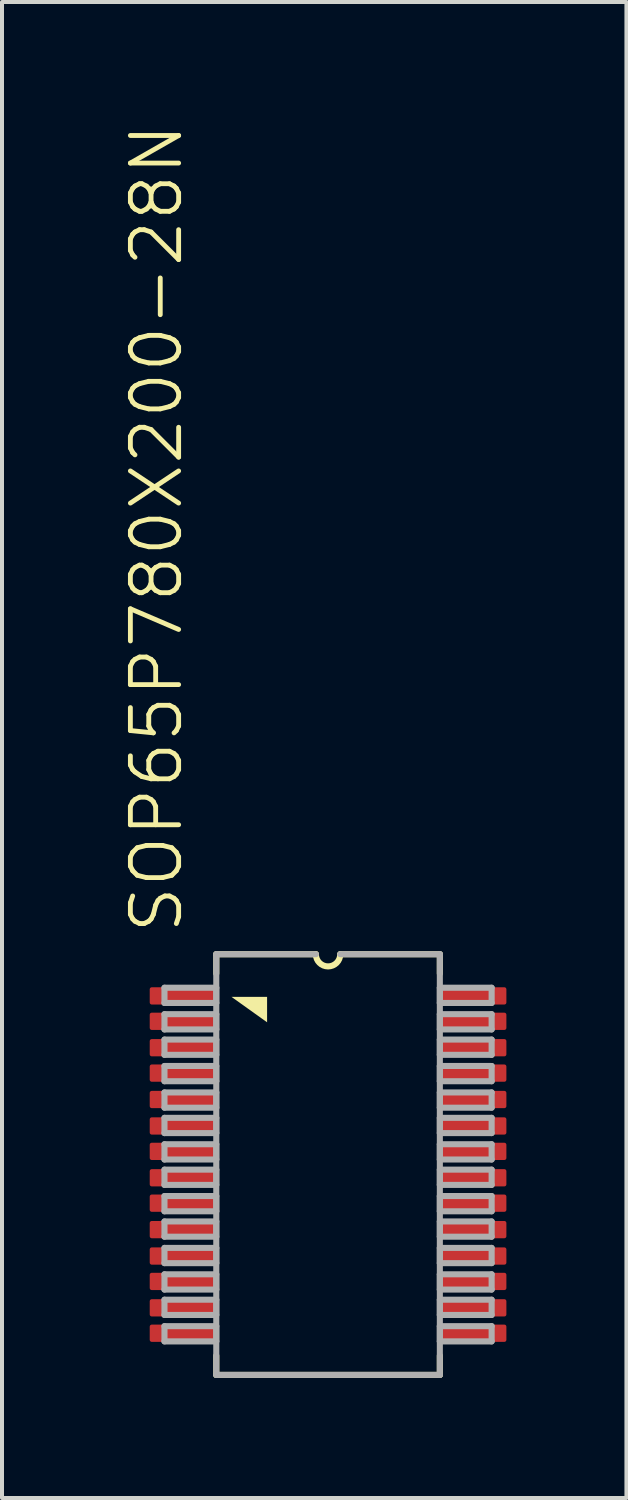
<source format=kicad_pcb>
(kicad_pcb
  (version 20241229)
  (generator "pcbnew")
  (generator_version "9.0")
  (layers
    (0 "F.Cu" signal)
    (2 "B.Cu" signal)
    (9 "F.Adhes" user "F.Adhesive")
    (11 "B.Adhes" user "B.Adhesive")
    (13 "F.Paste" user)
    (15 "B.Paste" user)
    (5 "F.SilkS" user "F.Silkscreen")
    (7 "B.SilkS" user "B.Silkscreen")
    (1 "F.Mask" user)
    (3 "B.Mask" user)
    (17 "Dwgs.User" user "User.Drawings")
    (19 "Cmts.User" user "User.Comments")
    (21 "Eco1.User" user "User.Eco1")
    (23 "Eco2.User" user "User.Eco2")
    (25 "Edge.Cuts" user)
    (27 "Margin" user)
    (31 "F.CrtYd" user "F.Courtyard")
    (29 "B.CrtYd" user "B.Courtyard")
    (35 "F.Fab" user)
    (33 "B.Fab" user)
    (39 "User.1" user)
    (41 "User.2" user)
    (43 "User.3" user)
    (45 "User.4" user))
  (footprint "SOP65P780X200-28N"
    (layer "F.Cu")
    (at 5.15 26.059)
    (property "Reference" "SOP65P780X200-28N" (at -3.581 -5.715 270) (layer "F.SilkS") (effects (font (size 1.206 1.206) (thickness 0.121)) (justify left bottom)))
    (attr through_hole)
    (fp_line (start -2.794 -5.258) (end -2.794 -4.775) (stroke (width 0.152) (type solid)) (layer "F.SilkS"))
    (fp_line (start -2.794 4.775) (end -2.794 5.258) (stroke (width 0.152) (type solid)) (layer "F.SilkS"))
    (fp_line (start -2.794 5.258) (end 2.794 5.258) (stroke (width 0.152) (type solid)) (layer "F.SilkS"))
    (fp_line (start -0.305 -5.258) (end -2.794 -5.258) (stroke (width 0.152) (type solid)) (layer "F.SilkS"))
    (fp_line (start 2.794 -5.258) (end 0.305 -5.258) (stroke (width 0.152) (type solid)) (layer "F.SilkS"))
    (fp_line (start 2.794 -4.775) (end 2.794 -5.258) (stroke (width 0.152) (type solid)) (layer "F.SilkS"))
    (fp_line (start 2.794 5.258) (end 2.794 4.775) (stroke (width 0.152) (type solid)) (layer "F.SilkS"))
    (fp_arc (start 0.3048 -5.2578) (mid 0 -4.953) (end -0.3048 -5.2578) (stroke (width 0.1) (type solid)) (layer "F.SilkS"))
    (fp_arc (start 0.3048 -5.2578) (mid 0 -4.953) (end -0.3048 -5.2578) (stroke (width 0.1524) (type solid)) (layer "F.SilkS"))
    (fp_poly (pts (xy -2.413 -4.191) (xy -1.524 -4.191) (xy -1.524 -3.556)) (stroke (width 0) (type solid)) (fill yes) (layer "F.SilkS"))
    (fp_line (start -4.089 -4.42) (end -4.089 -4.039) (stroke (width 0.152) (type solid)) (layer "F.Fab"))
    (fp_line (start -4.089 -4.039) (end -2.794 -4.039) (stroke (width 0.152) (type solid)) (layer "F.Fab"))
    (fp_line (start -4.089 -3.759) (end -4.089 -3.378) (stroke (width 0.152) (type solid)) (layer "F.Fab"))
    (fp_line (start -4.089 -3.378) (end -2.794 -3.378) (stroke (width 0.152) (type solid)) (layer "F.Fab"))
    (fp_line (start -4.089 -3.124) (end -4.089 -2.743) (stroke (width 0.152) (type solid)) (layer "F.Fab"))
    (fp_line (start -4.089 -2.743) (end -2.794 -2.743) (stroke (width 0.152) (type solid)) (layer "F.Fab"))
    (fp_line (start -4.089 -2.464) (end -4.089 -2.083) (stroke (width 0.152) (type solid)) (layer "F.Fab"))
    (fp_line (start -4.089 -2.083) (end -2.794 -2.083) (stroke (width 0.152) (type solid)) (layer "F.Fab"))
    (fp_line (start -4.089 -1.803) (end -4.089 -1.422) (stroke (width 0.152) (type solid)) (layer "F.Fab"))
    (fp_line (start -4.089 -1.422) (end -2.794 -1.422) (stroke (width 0.152) (type solid)) (layer "F.Fab"))
    (fp_line (start -4.089 -1.168) (end -4.089 -0.787) (stroke (width 0.152) (type solid)) (layer "F.Fab"))
    (fp_line (start -4.089 -0.787) (end -2.794 -0.787) (stroke (width 0.152) (type solid)) (layer "F.Fab"))
    (fp_line (start -4.089 -0.508) (end -4.089 -0.127) (stroke (width 0.152) (type solid)) (layer "F.Fab"))
    (fp_line (start -4.089 -0.127) (end -2.794 -0.127) (stroke (width 0.152) (type solid)) (layer "F.Fab"))
    (fp_line (start -4.089 0.127) (end -4.089 0.508) (stroke (width 0.152) (type solid)) (layer "F.Fab"))
    (fp_line (start -4.089 0.508) (end -2.794 0.508) (stroke (width 0.152) (type solid)) (layer "F.Fab"))
    (fp_line (start -4.089 0.787) (end -4.089 1.168) (stroke (width 0.152) (type solid)) (layer "F.Fab"))
    (fp_line (start -4.089 1.168) (end -2.794 1.168) (stroke (width 0.152) (type solid)) (layer "F.Fab"))
    (fp_line (start -4.089 1.422) (end -4.089 1.803) (stroke (width 0.152) (type solid)) (layer "F.Fab"))
    (fp_line (start -4.089 1.803) (end -2.794 1.803) (stroke (width 0.152) (type solid)) (layer "F.Fab"))
    (fp_line (start -4.089 2.083) (end -4.089 2.464) (stroke (width 0.152) (type solid)) (layer "F.Fab"))
    (fp_line (start -4.089 2.464) (end -2.794 2.464) (stroke (width 0.152) (type solid)) (layer "F.Fab"))
    (fp_line (start -4.089 2.743) (end -4.089 3.124) (stroke (width 0.152) (type solid)) (layer "F.Fab"))
    (fp_line (start -4.089 3.124) (end -2.794 3.124) (stroke (width 0.152) (type solid)) (layer "F.Fab"))
    (fp_line (start -4.089 3.378) (end -4.089 3.759) (stroke (width 0.152) (type solid)) (layer "F.Fab"))
    (fp_line (start -4.089 3.759) (end -2.794 3.759) (stroke (width 0.152) (type solid)) (layer "F.Fab"))
    (fp_line (start -4.089 4.039) (end -4.089 4.42) (stroke (width 0.152) (type solid)) (layer "F.Fab"))
    (fp_line (start -4.089 4.42) (end -2.794 4.42) (stroke (width 0.152) (type solid)) (layer "F.Fab"))
    (fp_line (start -2.794 -5.258) (end -2.794 5.258) (stroke (width 0.152) (type solid)) (layer "F.Fab"))
    (fp_line (start -2.794 -4.42) (end -4.089 -4.42) (stroke (width 0.152) (type solid)) (layer "F.Fab"))
    (fp_line (start -2.794 -4.039) (end -2.794 -4.42) (stroke (width 0.152) (type solid)) (layer "F.Fab"))
    (fp_line (start -2.794 -3.759) (end -4.089 -3.759) (stroke (width 0.152) (type solid)) (layer "F.Fab"))
    (fp_line (start -2.794 -3.378) (end -2.794 -3.759) (stroke (width 0.152) (type solid)) (layer "F.Fab"))
    (fp_line (start -2.794 -3.124) (end -4.089 -3.124) (stroke (width 0.152) (type solid)) (layer "F.Fab"))
    (fp_line (start -2.794 -2.743) (end -2.794 -3.124) (stroke (width 0.152) (type solid)) (layer "F.Fab"))
    (fp_line (start -2.794 -2.464) (end -4.089 -2.464) (stroke (width 0.152) (type solid)) (layer "F.Fab"))
    (fp_line (start -2.794 -2.083) (end -2.794 -2.464) (stroke (width 0.152) (type solid)) (layer "F.Fab"))
    (fp_line (start -2.794 -1.803) (end -4.089 -1.803) (stroke (width 0.152) (type solid)) (layer "F.Fab"))
    (fp_line (start -2.794 -1.422) (end -2.794 -1.803) (stroke (width 0.152) (type solid)) (layer "F.Fab"))
    (fp_line (start -2.794 -1.168) (end -4.089 -1.168) (stroke (width 0.152) (type solid)) (layer "F.Fab"))
    (fp_line (start -2.794 -0.787) (end -2.794 -1.168) (stroke (width 0.152) (type solid)) (layer "F.Fab"))
    (fp_line (start -2.794 -0.508) (end -4.089 -0.508) (stroke (width 0.152) (type solid)) (layer "F.Fab"))
    (fp_line (start -2.794 -0.127) (end -2.794 -0.508) (stroke (width 0.152) (type solid)) (layer "F.Fab"))
    (fp_line (start -2.794 0.127) (end -4.089 0.127) (stroke (width 0.152) (type solid)) (layer "F.Fab"))
    (fp_line (start -2.794 0.508) (end -2.794 0.127) (stroke (width 0.152) (type solid)) (layer "F.Fab"))
    (fp_line (start -2.794 0.787) (end -4.089 0.787) (stroke (width 0.152) (type solid)) (layer "F.Fab"))
    (fp_line (start -2.794 1.168) (end -2.794 0.787) (stroke (width 0.152) (type solid)) (layer "F.Fab"))
    (fp_line (start -2.794 1.422) (end -4.089 1.422) (stroke (width 0.152) (type solid)) (layer "F.Fab"))
    (fp_line (start -2.794 1.803) (end -2.794 1.422) (stroke (width 0.152) (type solid)) (layer "F.Fab"))
    (fp_line (start -2.794 2.083) (end -4.089 2.083) (stroke (width 0.152) (type solid)) (layer "F.Fab"))
    (fp_line (start -2.794 2.464) (end -2.794 2.083) (stroke (width 0.152) (type solid)) (layer "F.Fab"))
    (fp_line (start -2.794 2.743) (end -4.089 2.743) (stroke (width 0.152) (type solid)) (layer "F.Fab"))
    (fp_line (start -2.794 3.124) (end -2.794 2.743) (stroke (width 0.152) (type solid)) (layer "F.Fab"))
    (fp_line (start -2.794 3.378) (end -4.089 3.378) (stroke (width 0.152) (type solid)) (layer "F.Fab"))
    (fp_line (start -2.794 3.759) (end -2.794 3.378) (stroke (width 0.152) (type solid)) (layer "F.Fab"))
    (fp_line (start -2.794 4.039) (end -4.089 4.039) (stroke (width 0.152) (type solid)) (layer "F.Fab"))
    (fp_line (start -2.794 4.42) (end -2.794 4.039) (stroke (width 0.152) (type solid)) (layer "F.Fab"))
    (fp_line (start -2.794 5.258) (end 2.794 5.258) (stroke (width 0.152) (type solid)) (layer "F.Fab"))
    (fp_line (start -0.305 -5.258) (end -2.794 -5.258) (stroke (width 0.152) (type solid)) (layer "F.Fab"))
    (fp_line (start 2.794 -5.258) (end 0.305 -5.258) (stroke (width 0.152) (type solid)) (layer "F.Fab"))
    (fp_line (start 2.794 -4.42) (end 2.794 -4.039) (stroke (width 0.152) (type solid)) (layer "F.Fab"))
    (fp_line (start 2.794 -4.039) (end 4.089 -4.039) (stroke (width 0.152) (type solid)) (layer "F.Fab"))
    (fp_line (start 2.794 -3.759) (end 2.794 -3.378) (stroke (width 0.152) (type solid)) (layer "F.Fab"))
    (fp_line (start 2.794 -3.378) (end 4.089 -3.378) (stroke (width 0.152) (type solid)) (layer "F.Fab"))
    (fp_line (start 2.794 -3.124) (end 2.794 -2.743) (stroke (width 0.152) (type solid)) (layer "F.Fab"))
    (fp_line (start 2.794 -2.743) (end 4.089 -2.743) (stroke (width 0.152) (type solid)) (layer "F.Fab"))
    (fp_line (start 2.794 -2.464) (end 2.794 -2.083) (stroke (width 0.152) (type solid)) (layer "F.Fab"))
    (fp_line (start 2.794 -2.083) (end 4.089 -2.083) (stroke (width 0.152) (type solid)) (layer "F.Fab"))
    (fp_line (start 2.794 -1.803) (end 2.794 -1.422) (stroke (width 0.152) (type solid)) (layer "F.Fab"))
    (fp_line (start 2.794 -1.422) (end 4.089 -1.422) (stroke (width 0.152) (type solid)) (layer "F.Fab"))
    (fp_line (start 2.794 -1.168) (end 2.794 -0.787) (stroke (width 0.152) (type solid)) (layer "F.Fab"))
    (fp_line (start 2.794 -0.787) (end 4.089 -0.787) (stroke (width 0.152) (type solid)) (layer "F.Fab"))
    (fp_line (start 2.794 -0.508) (end 2.794 -0.127) (stroke (width 0.152) (type solid)) (layer "F.Fab"))
    (fp_line (start 2.794 -0.127) (end 4.089 -0.127) (stroke (width 0.152) (type solid)) (layer "F.Fab"))
    (fp_line (start 2.794 0.127) (end 2.794 0.508) (stroke (width 0.152) (type solid)) (layer "F.Fab"))
    (fp_line (start 2.794 0.508) (end 4.089 0.508) (stroke (width 0.152) (type solid)) (layer "F.Fab"))
    (fp_line (start 2.794 0.787) (end 2.794 1.168) (stroke (width 0.152) (type solid)) (layer "F.Fab"))
    (fp_line (start 2.794 1.168) (end 4.089 1.168) (stroke (width 0.152) (type solid)) (layer "F.Fab"))
    (fp_line (start 2.794 1.422) (end 2.794 1.803) (stroke (width 0.152) (type solid)) (layer "F.Fab"))
    (fp_line (start 2.794 1.803) (end 4.089 1.803) (stroke (width 0.152) (type solid)) (layer "F.Fab"))
    (fp_line (start 2.794 2.083) (end 2.794 2.464) (stroke (width 0.152) (type solid)) (layer "F.Fab"))
    (fp_line (start 2.794 2.464) (end 4.089 2.464) (stroke (width 0.152) (type solid)) (layer "F.Fab"))
    (fp_line (start 2.794 2.743) (end 2.794 3.124) (stroke (width 0.152) (type solid)) (layer "F.Fab"))
    (fp_line (start 2.794 3.124) (end 4.089 3.124) (stroke (width 0.152) (type solid)) (layer "F.Fab"))
    (fp_line (start 2.794 3.378) (end 2.794 3.759) (stroke (width 0.152) (type solid)) (layer "F.Fab"))
    (fp_line (start 2.794 3.759) (end 4.089 3.759) (stroke (width 0.152) (type solid)) (layer "F.Fab"))
    (fp_line (start 2.794 4.039) (end 2.794 4.42) (stroke (width 0.152) (type solid)) (layer "F.Fab"))
    (fp_line (start 2.794 4.42) (end 4.089 4.42) (stroke (width 0.152) (type solid)) (layer "F.Fab"))
    (fp_line (start 2.794 5.258) (end 2.794 -5.258) (stroke (width 0.152) (type solid)) (layer "F.Fab"))
    (fp_line (start 4.089 -4.42) (end 2.794 -4.42) (stroke (width 0.152) (type solid)) (layer "F.Fab"))
    (fp_line (start 4.089 -4.039) (end 4.089 -4.42) (stroke (width 0.152) (type solid)) (layer "F.Fab"))
    (fp_line (start 4.089 -3.759) (end 2.794 -3.759) (stroke (width 0.152) (type solid)) (layer "F.Fab"))
    (fp_line (start 4.089 -3.378) (end 4.089 -3.759) (stroke (width 0.152) (type solid)) (layer "F.Fab"))
    (fp_line (start 4.089 -3.124) (end 2.794 -3.124) (stroke (width 0.152) (type solid)) (layer "F.Fab"))
    (fp_line (start 4.089 -2.743) (end 4.089 -3.124) (stroke (width 0.152) (type solid)) (layer "F.Fab"))
    (fp_line (start 4.089 -2.464) (end 2.794 -2.464) (stroke (width 0.152) (type solid)) (layer "F.Fab"))
    (fp_line (start 4.089 -2.083) (end 4.089 -2.464) (stroke (width 0.152) (type solid)) (layer "F.Fab"))
    (fp_line (start 4.089 -1.803) (end 2.794 -1.803) (stroke (width 0.152) (type solid)) (layer "F.Fab"))
    (fp_line (start 4.089 -1.422) (end 4.089 -1.803) (stroke (width 0.152) (type solid)) (layer "F.Fab"))
    (fp_line (start 4.089 -1.168) (end 2.794 -1.168) (stroke (width 0.152) (type solid)) (layer "F.Fab"))
    (fp_line (start 4.089 -0.787) (end 4.089 -1.168) (stroke (width 0.152) (type solid)) (layer "F.Fab"))
    (fp_line (start 4.089 -0.508) (end 2.794 -0.508) (stroke (width 0.152) (type solid)) (layer "F.Fab"))
    (fp_line (start 4.089 -0.127) (end 4.089 -0.508) (stroke (width 0.152) (type solid)) (layer "F.Fab"))
    (fp_line (start 4.089 0.127) (end 2.794 0.127) (stroke (width 0.152) (type solid)) (layer "F.Fab"))
    (fp_line (start 4.089 0.508) (end 4.089 0.127) (stroke (width 0.152) (type solid)) (layer "F.Fab"))
    (fp_line (start 4.089 0.787) (end 2.794 0.787) (stroke (width 0.152) (type solid)) (layer "F.Fab"))
    (fp_line (start 4.089 1.168) (end 4.089 0.787) (stroke (width 0.152) (type solid)) (layer "F.Fab"))
    (fp_line (start 4.089 1.422) (end 2.794 1.422) (stroke (width 0.152) (type solid)) (layer "F.Fab"))
    (fp_line (start 4.089 1.803) (end 4.089 1.422) (stroke (width 0.152) (type solid)) (layer "F.Fab"))
    (fp_line (start 4.089 2.083) (end 2.794 2.083) (stroke (width 0.152) (type solid)) (layer "F.Fab"))
    (fp_line (start 4.089 2.464) (end 4.089 2.083) (stroke (width 0.152) (type solid)) (layer "F.Fab"))
    (fp_line (start 4.089 2.743) (end 2.794 2.743) (stroke (width 0.152) (type solid)) (layer "F.Fab"))
    (fp_line (start 4.089 3.124) (end 4.089 2.743) (stroke (width 0.152) (type solid)) (layer "F.Fab"))
    (fp_line (start 4.089 3.378) (end 2.794 3.378) (stroke (width 0.152) (type solid)) (layer "F.Fab"))
    (fp_line (start 4.089 3.759) (end 4.089 3.378) (stroke (width 0.152) (type solid)) (layer "F.Fab"))
    (fp_line (start 4.089 4.039) (end 2.794 4.039) (stroke (width 0.152) (type solid)) (layer "F.Fab"))
    (fp_line (start 4.089 4.42) (end 4.089 4.039) (stroke (width 0.152) (type solid)) (layer "F.Fab"))
    (pad "1" smd roundrect (at -3.632 -4.216) (size 1.651 0.432) (layers "F.Cu" "F.Mask" "F.Paste") (roundrect_rratio 0.118))
    (pad "2" smd roundrect (at -3.632 -3.581) (size 1.651 0.432) (layers "F.Cu" "F.Mask" "F.Paste") (roundrect_rratio 0.118))
    (pad "3" smd roundrect (at -3.632 -2.921) (size 1.651 0.432) (layers "F.Cu" "F.Mask" "F.Paste") (roundrect_rratio 0.118))
    (pad "4" smd roundrect (at -3.632 -2.286) (size 1.651 0.432) (layers "F.Cu" "F.Mask" "F.Paste") (roundrect_rratio 0.118))
    (pad "5" smd roundrect (at -3.632 -1.626) (size 1.651 0.432) (layers "F.Cu" "F.Mask" "F.Paste") (roundrect_rratio 0.118))
    (pad "6" smd roundrect (at -3.632 -0.965) (size 1.651 0.432) (layers "F.Cu" "F.Mask" "F.Paste") (roundrect_rratio 0.118))
    (pad "7" smd roundrect (at -3.632 -0.33) (size 1.651 0.432) (layers "F.Cu" "F.Mask" "F.Paste") (roundrect_rratio 0.118))
    (pad "8" smd roundrect (at -3.632 0.33) (size 1.651 0.432) (layers "F.Cu" "F.Mask" "F.Paste") (roundrect_rratio 0.118))
    (pad "9" smd roundrect (at -3.632 0.965) (size 1.651 0.432) (layers "F.Cu" "F.Mask" "F.Paste") (roundrect_rratio 0.118))
    (pad "10" smd roundrect (at -3.632 1.626) (size 1.651 0.432) (layers "F.Cu" "F.Mask" "F.Paste") (roundrect_rratio 0.118))
    (pad "11" smd roundrect (at -3.632 2.286) (size 1.651 0.432) (layers "F.Cu" "F.Mask" "F.Paste") (roundrect_rratio 0.118))
    (pad "12" smd roundrect (at -3.632 2.921) (size 1.651 0.432) (layers "F.Cu" "F.Mask" "F.Paste") (roundrect_rratio 0.118))
    (pad "13" smd roundrect (at -3.632 3.581) (size 1.651 0.432) (layers "F.Cu" "F.Mask" "F.Paste") (roundrect_rratio 0.118))
    (pad "14" smd roundrect (at -3.632 4.216) (size 1.651 0.432) (layers "F.Cu" "F.Mask" "F.Paste") (roundrect_rratio 0.118))
    (pad "15" smd roundrect (at 3.632 4.216) (size 1.651 0.432) (layers "F.Cu" "F.Mask" "F.Paste") (roundrect_rratio 0.118))
    (pad "16" smd roundrect (at 3.632 3.581) (size 1.651 0.432) (layers "F.Cu" "F.Mask" "F.Paste") (roundrect_rratio 0.118))
    (pad "17" smd roundrect (at 3.632 2.921) (size 1.651 0.432) (layers "F.Cu" "F.Mask" "F.Paste") (roundrect_rratio 0.118))
    (pad "18" smd roundrect (at 3.632 2.286) (size 1.651 0.432) (layers "F.Cu" "F.Mask" "F.Paste") (roundrect_rratio 0.118))
    (pad "19" smd roundrect (at 3.632 1.626) (size 1.651 0.432) (layers "F.Cu" "F.Mask" "F.Paste") (roundrect_rratio 0.118))
    (pad "20" smd roundrect (at 3.632 0.965) (size 1.651 0.432) (layers "F.Cu" "F.Mask" "F.Paste") (roundrect_rratio 0.118))
    (pad "21" smd roundrect (at 3.632 0.33) (size 1.651 0.432) (layers "F.Cu" "F.Mask" "F.Paste") (roundrect_rratio 0.118))
    (pad "22" smd roundrect (at 3.632 -0.33) (size 1.651 0.432) (layers "F.Cu" "F.Mask" "F.Paste") (roundrect_rratio 0.118))
    (pad "23" smd roundrect (at 3.632 -0.965) (size 1.651 0.432) (layers "F.Cu" "F.Mask" "F.Paste") (roundrect_rratio 0.118))
    (pad "24" smd roundrect (at 3.632 -1.626) (size 1.651 0.432) (layers "F.Cu" "F.Mask" "F.Paste") (roundrect_rratio 0.118))
    (pad "25" smd roundrect (at 3.632 -2.286) (size 1.651 0.432) (layers "F.Cu" "F.Mask" "F.Paste") (roundrect_rratio 0.118))
    (pad "26" smd roundrect (at 3.632 -2.921) (size 1.651 0.432) (layers "F.Cu" "F.Mask" "F.Paste") (roundrect_rratio 0.118))
    (pad "27" smd roundrect (at 3.632 -3.581) (size 1.651 0.432) (layers "F.Cu" "F.Mask" "F.Paste") (roundrect_rratio 0.118))
    (pad "28" smd roundrect (at 3.632 -4.216) (size 1.651 0.432) (layers "F.Cu" "F.Mask" "F.Paste") (roundrect_rratio 0.118)))
  (gr_rect
    (start -3 -3)
    (end 12.608 34.393)
    (stroke (width 0.1) (type default))
    (fill no)
    (layer "Edge.Cuts")))
</source>
